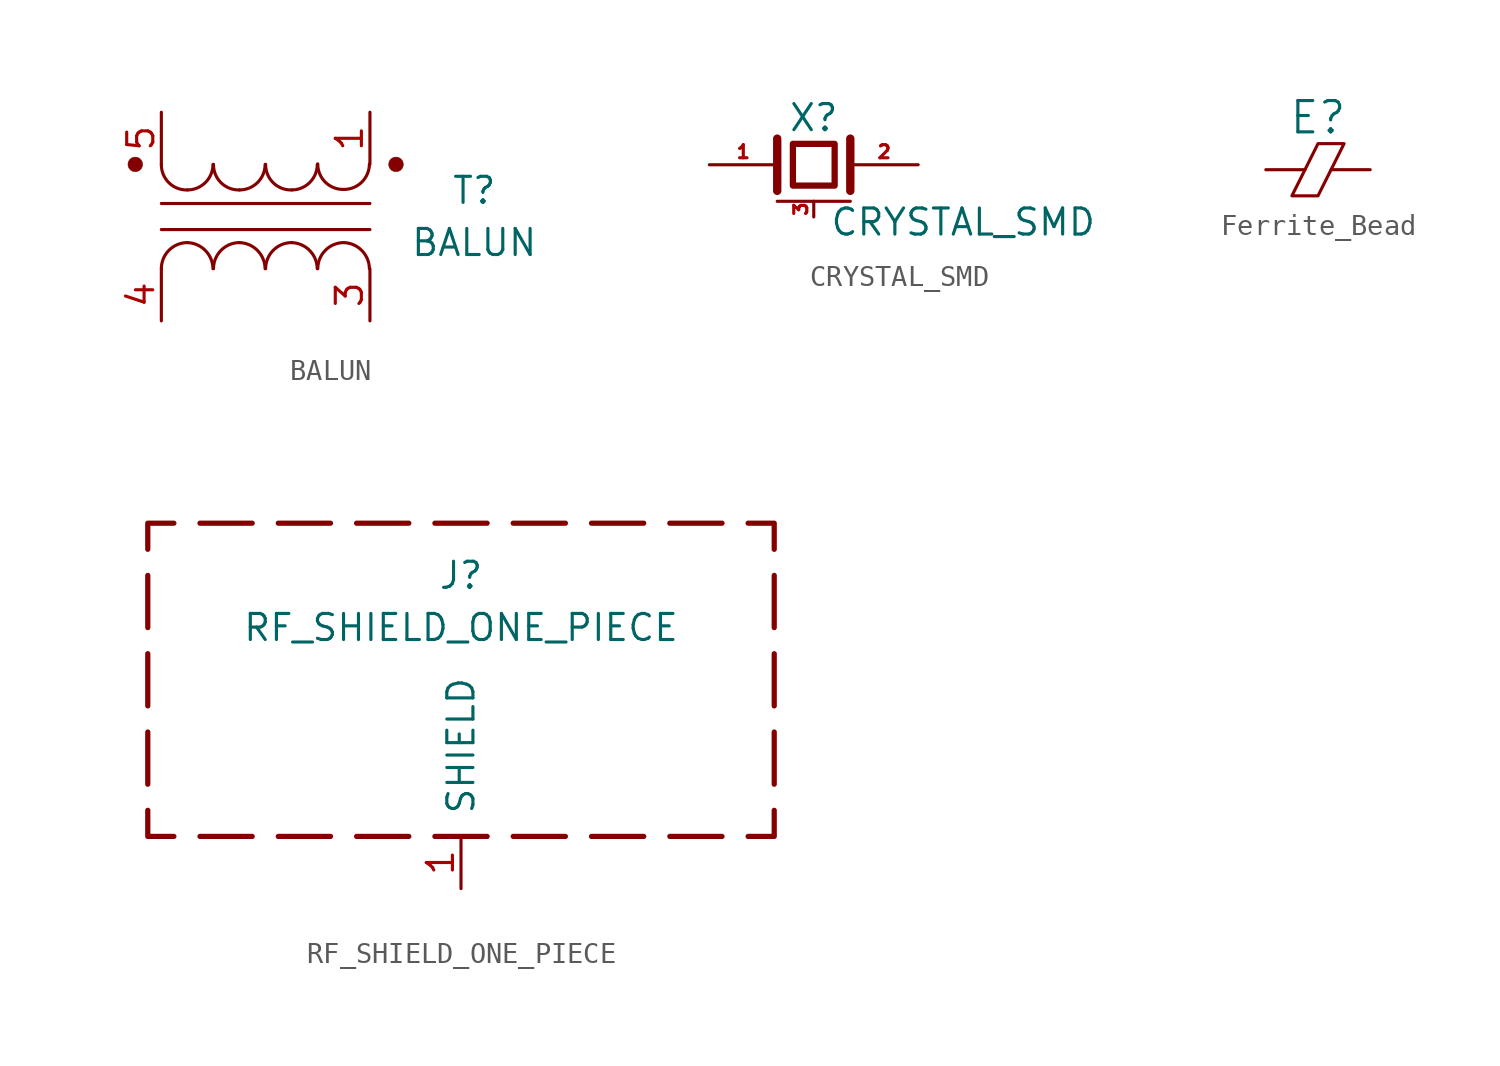
<source format=kicad_sym>
(kicad_symbol_lib
  (version 20211014)
  (generator kicad_symbol_editor)
  (symbol "BALUN"
    (pin_names
      (offset 1.016) hide)
    (property "Reference" "T"
      (at 10.16 1.27 0)
      (effects (font (size 1.27 1.27))))
    (property "Value" "BALUN"
      (at 10.16 -1.27 0)
      (effects (font (size 1.27 1.27))))
    (symbol "BALUN_0_1"
      (circle (center -6.35 2.54) (radius 0.356) (stroke (width 0.025) (type default) (color 0 0 0 0)) (fill (type outline)))
      (circle (center 6.35 2.54) (radius 0.356) (stroke (width 0.025) (type default) (color 0 0 0 0)) (fill (type outline))))
    (symbol "BALUN_1_1"
      (arc (start -5.08 2.54) (mid -4.708 1.642) (end -3.81 1.2954) (stroke (width 0) (type default) (color 0 0 0 0)) (fill (type none)))
      (arc (start -3.81 -1.27) (mid -4.708 -1.642) (end -5.08 -2.54) (stroke (width 0) (type default) (color 0 0 0 0)) (fill (type none)))
      (arc (start -3.81 1.2954) (mid -2.9299 1.6599) (end -2.5654 2.54) (stroke (width 0) (type default) (color 0 0 0 0)) (fill (type none)))
      (arc (start -2.5654 -2.54) (mid -2.9299 -1.6599) (end -3.81 -1.27) (stroke (width 0) (type default) (color 0 0 0 0)) (fill (type none)))
      (arc (start -2.54 2.54) (mid -2.168 1.642) (end -1.27 1.2954) (stroke (width 0) (type default) (color 0 0 0 0)) (fill (type none)))
      (arc (start -1.27 -1.27) (mid -2.168 -1.642) (end -2.54 -2.54) (stroke (width 0) (type default) (color 0 0 0 0)) (fill (type none)))
      (arc (start -1.27 1.2954) (mid -0.3899 1.6599) (end -0.0254 2.54) (stroke (width 0) (type default) (color 0 0 0 0)) (fill (type none)))
      (arc (start -0.0254 -2.54) (mid -0.3899 -1.6599) (end -1.27 -1.27) (stroke (width 0) (type default) (color 0 0 0 0)) (fill (type none)))
      (polyline (pts (xy -5.08 -0.635) (xy 5.08 -0.635)) (stroke (width 0) (type default) (color 0 0 0 0)) (fill (type none)))
      (polyline (pts (xy 5.08 0.635) (xy -5.08 0.635)) (stroke (width 0) (type default) (color 0 0 0 0)) (fill (type none)))
      (arc (start 0 2.54) (mid 0.372 1.642) (end 1.27 1.2954) (stroke (width 0) (type default) (color 0 0 0 0)) (fill (type none)))
      (arc (start 1.27 -1.27) (mid 0.372 -1.642) (end 0 -2.54) (stroke (width 0) (type default) (color 0 0 0 0)) (fill (type none)))
      (arc (start 1.27 1.2954) (mid 2.1501 1.6599) (end 2.5146 2.54) (stroke (width 0) (type default) (color 0 0 0 0)) (fill (type none)))
      (arc (start 2.5146 -2.54) (mid 2.1501 -1.6599) (end 1.27 -1.27) (stroke (width 0) (type default) (color 0 0 0 0)) (fill (type none)))
      (arc (start 2.54 2.5654) (mid 2.912 1.6674) (end 3.81 1.3208) (stroke (width 0) (type default) (color 0 0 0 0)) (fill (type none)))
      (arc (start 3.81 -1.27) (mid 2.912 -1.642) (end 2.54 -2.54) (stroke (width 0) (type default) (color 0 0 0 0)) (fill (type none)))
      (arc (start 3.81 1.3208) (mid 4.6901 1.6853) (end 5.0546 2.5654) (stroke (width 0) (type default) (color 0 0 0 0)) (fill (type none)))
      (arc (start 5.0546 -2.54) (mid 4.6901 -1.6599) (end 3.81 -1.27) (stroke (width 0) (type default) (color 0 0 0 0)) (fill (type none)))
      (pin passive line (at 5.08 5.08 270) (length 2.54) (name "SD" (effects (font (size 1.27 1.27)))) (number "1" (effects (font (size 1.27 1.27)))))
      (pin passive line (at 5.08 -5.08 90) (length 2.54) (name "S" (effects (font (size 1.27 1.27)))) (number "3" (effects (font (size 1.27 1.27)))))
      (pin passive line (at -5.08 -5.08 90) (length 2.54) (name "P" (effects (font (size 1.27 1.27)))) (number "4" (effects (font (size 1.27 1.27)))))
      (pin passive line (at -5.08 5.08 270) (length 2.54) (name "PD" (effects (font (size 1.27 1.27)))) (number "5" (effects (font (size 1.27 1.27)))))))
  (symbol "CRYSTAL_SMD"
    (pin_names
      (offset 1.016) hide)
    (property "Reference" "X"
      (at 0 2.286 0)
      (effects (font (size 1.27 1.27))))
    (property "Value" "CRYSTAL_SMD"
      (at 0.762 -2.794 0)
      (effects (font (size 1.27 1.27)) (justify left)))
    (property "Footprint" ""
      (at 0 0 0)
      (effects (font (size 1.27 1.27))))
    (property "Datasheet" ""
      (at 0 0 0)
      (effects (font (size 1.27 1.27))))
    (symbol "CRYSTAL_SMD_0_1"
      (polyline (pts (xy -1.778 -1.778) (xy 1.778 -1.778)) (stroke (width 0) (type default) (color 0 0 0 0)) (fill (type none)))
      (polyline (pts (xy -1.778 1.27) (xy -1.778 -1.27)) (stroke (width 0.406) (type default) (color 0 0 0 0)) (fill (type none)))
      (polyline (pts (xy 1.778 1.27) (xy 1.778 -1.27)) (stroke (width 0.406) (type default) (color 0 0 0 0)) (fill (type none)))
      (polyline (pts (xy -1.016 1.016) (xy 1.016 1.016) (xy 1.016 -1.016) (xy -1.016 -1.016) (xy -1.016 1.016)) (stroke (width 0.305) (type default) (color 0 0 0 0)) (fill (type none))))
    (symbol "CRYSTAL_SMD_1_1"
      (pin passive line (at -5.08 0 0) (length 3.302) (name "1" (effects (font (size 0.508 0.508)))) (number "1" (effects (font (size 0.635 0.635)))))
      (pin passive line (at 5.08 0 180) (length 3.302) (name "2" (effects (font (size 0.508 0.508)))) (number "2" (effects (font (size 0.635 0.635)))))
      (pin passive line (at 0 -2.54 90) (length 0.762) (name "case" (effects (font (size 0.508 0.508)))) (number "3" (effects (font (size 0.635 0.635)))))))
  (symbol "Ferrite_Bead"
    (pin_numbers hide)
    (pin_names
      (offset 1.016) hide)
    (property "Reference" "E"
      (at 0 2.54 0)
      (effects (font (size 1.524 1.524))))
    (symbol "Ferrite_Bead_0_1"
      (polyline (pts (xy 1.27 1.27) (xy 0 -1.27) (xy -1.27 -1.27) (xy 0 1.27) (xy 1.27 1.27)) (stroke (width 0) (type default) (color 0 0 0 0)) (fill (type none))))
    (symbol "Ferrite_Bead_1_1"
      (pin passive line (at -2.54 0 0) (length 1.905) (name "~" (effects (font (size 1.27 1.27)))) (number "1" (effects (font (size 1.27 1.27)))))
      (pin passive line (at 2.54 0 180) (length 1.905) (name "~" (effects (font (size 1.27 1.27)))) (number "2" (effects (font (size 1.27 1.27)))))))
  (symbol "RF_SHIELD_ONE_PIECE"
    (pin_names
      (offset 1.016))
    (property "Reference" "J"
      (at 0 5.08 0)
      (effects (font (size 1.27 1.27))))
    (property "Value" "RF_SHIELD_ONE_PIECE"
      (at 0 2.54 0)
      (effects (font (size 1.27 1.27))))
    (property "Footprint" ""
      (at 0 -2.54 0)
      (effects (font (size 1.27 1.27))))
    (property "Datasheet" ""
      (at 0 -2.54 0)
      (effects (font (size 1.27 1.27))))
    (symbol "RF_SHIELD_ONE_PIECE_0_1"
      (polyline (pts (xy -15.24 -5.08) (xy -15.24 -2.54)) (stroke (width 0.254) (type default) (color 0 0 0 0)) (fill (type none)))
      (polyline (pts (xy -15.24 -1.27) (xy -15.24 1.27)) (stroke (width 0.254) (type default) (color 0 0 0 0)) (fill (type none)))
      (polyline (pts (xy -15.24 2.54) (xy -15.24 5.08)) (stroke (width 0.254) (type default) (color 0 0 0 0)) (fill (type none)))
      (polyline (pts (xy -12.7 7.62) (xy -10.16 7.62)) (stroke (width 0.254) (type default) (color 0 0 0 0)) (fill (type none)))
      (polyline (pts (xy -10.16 -7.62) (xy -12.7 -7.62)) (stroke (width 0.254) (type default) (color 0 0 0 0)) (fill (type none)))
      (polyline (pts (xy -6.35 -7.62) (xy -8.89 -7.62)) (stroke (width 0.254) (type default) (color 0 0 0 0)) (fill (type none)))
      (polyline (pts (xy -6.35 7.62) (xy -8.89 7.62)) (stroke (width 0.254) (type default) (color 0 0 0 0)) (fill (type none)))
      (polyline (pts (xy -2.54 -7.62) (xy -5.08 -7.62)) (stroke (width 0.254) (type default) (color 0 0 0 0)) (fill (type none)))
      (polyline (pts (xy -2.54 7.62) (xy -5.08 7.62)) (stroke (width 0.254) (type default) (color 0 0 0 0)) (fill (type none)))
      (polyline (pts (xy -1.27 -7.62) (xy 1.27 -7.62)) (stroke (width 0.254) (type default) (color 0 0 0 0)) (fill (type none)))
      (polyline (pts (xy 1.27 7.62) (xy -1.27 7.62)) (stroke (width 0.254) (type default) (color 0 0 0 0)) (fill (type none)))
      (polyline (pts (xy 2.54 -7.62) (xy 5.08 -7.62)) (stroke (width 0.254) (type default) (color 0 0 0 0)) (fill (type none)))
      (polyline (pts (xy 5.08 7.62) (xy 2.54 7.62)) (stroke (width 0.254) (type default) (color 0 0 0 0)) (fill (type none)))
      (polyline (pts (xy 6.35 -7.62) (xy 8.89 -7.62)) (stroke (width 0.254) (type default) (color 0 0 0 0)) (fill (type none)))
      (polyline (pts (xy 8.89 7.62) (xy 6.35 7.62)) (stroke (width 0.254) (type default) (color 0 0 0 0)) (fill (type none)))
      (polyline (pts (xy 10.16 -7.62) (xy 12.7 -7.62)) (stroke (width 0.254) (type default) (color 0 0 0 0)) (fill (type none)))
      (polyline (pts (xy 12.7 7.62) (xy 10.16 7.62)) (stroke (width 0.254) (type default) (color 0 0 0 0)) (fill (type none)))
      (polyline (pts (xy 15.24 -5.08) (xy 15.24 -2.54)) (stroke (width 0.254) (type default) (color 0 0 0 0)) (fill (type none)))
      (polyline (pts (xy 15.24 -1.27) (xy 15.24 1.27)) (stroke (width 0.254) (type default) (color 0 0 0 0)) (fill (type none)))
      (polyline (pts (xy 15.24 2.54) (xy 15.24 5.08)) (stroke (width 0.254) (type default) (color 0 0 0 0)) (fill (type none)))
      (polyline (pts (xy -15.24 6.35) (xy -15.24 7.62) (xy -13.97 7.62)) (stroke (width 0.254) (type default) (color 0 0 0 0)) (fill (type none)))
      (polyline (pts (xy -13.97 -7.62) (xy -15.24 -7.62) (xy -15.24 -6.35)) (stroke (width 0.254) (type default) (color 0 0 0 0)) (fill (type none)))
      (polyline (pts (xy 13.97 -7.62) (xy 15.24 -7.62) (xy 15.24 -6.35)) (stroke (width 0.254) (type default) (color 0 0 0 0)) (fill (type none)))
      (polyline (pts (xy 15.24 6.35) (xy 15.24 7.62) (xy 13.97 7.62)) (stroke (width 0.254) (type default) (color 0 0 0 0)) (fill (type none))))
    (symbol "RF_SHIELD_ONE_PIECE_1_1"
      (pin passive line (at 0 -10.16 90) (length 2.54) (name "SHIELD" (effects (font (size 1.27 1.27)))) (number "1" (effects (font (size 1.27 1.27))))))))
</source>
